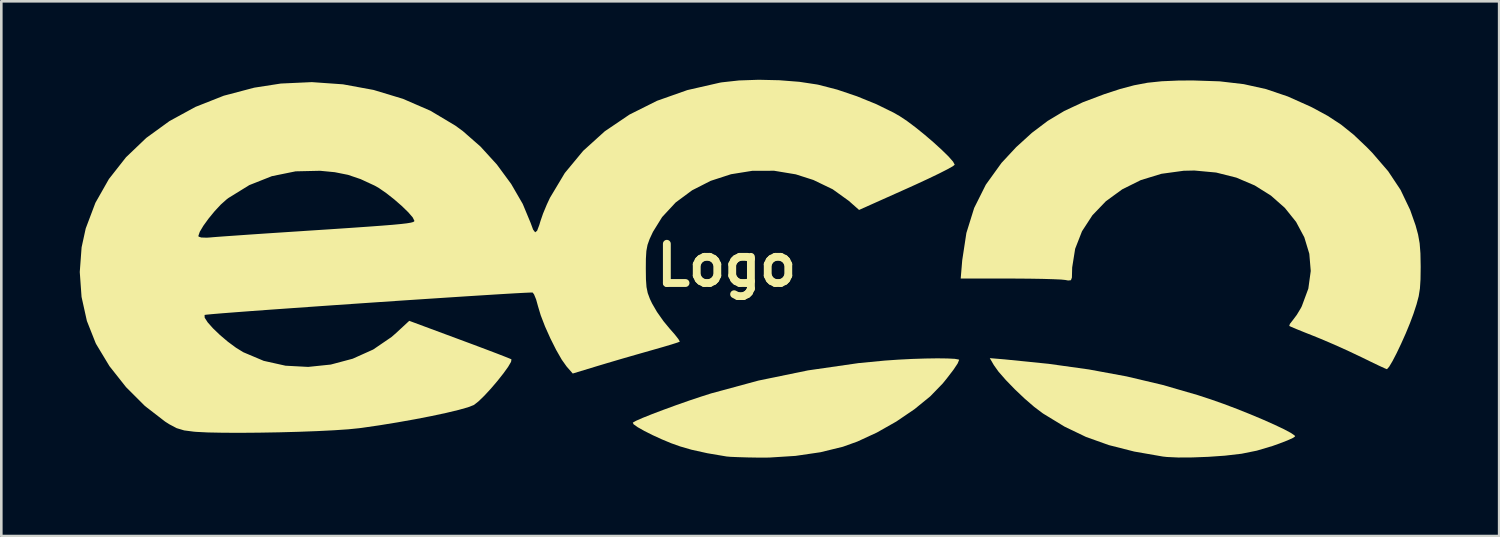
<source format=kicad_pcb>
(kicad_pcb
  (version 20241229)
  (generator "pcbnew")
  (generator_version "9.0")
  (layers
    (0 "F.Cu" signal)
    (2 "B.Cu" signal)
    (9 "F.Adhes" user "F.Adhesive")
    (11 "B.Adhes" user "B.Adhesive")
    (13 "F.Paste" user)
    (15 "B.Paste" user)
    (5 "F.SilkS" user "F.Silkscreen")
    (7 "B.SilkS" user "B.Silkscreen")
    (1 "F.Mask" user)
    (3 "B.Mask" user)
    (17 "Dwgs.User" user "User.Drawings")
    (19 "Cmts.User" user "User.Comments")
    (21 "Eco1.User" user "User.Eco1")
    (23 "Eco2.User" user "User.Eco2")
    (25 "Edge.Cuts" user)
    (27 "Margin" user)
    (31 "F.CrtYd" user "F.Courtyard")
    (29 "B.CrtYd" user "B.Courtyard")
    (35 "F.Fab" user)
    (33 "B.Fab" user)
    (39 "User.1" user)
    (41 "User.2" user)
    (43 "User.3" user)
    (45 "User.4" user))
  (footprint "Logo"
    (layer "F.Cu")
    (at 24.733 7.093)
    (property "Reference" "Logo" (at 0 0 0) (layer "F.SilkS") (effects (font (size 1.5 1.5) (thickness 0.3))))
    (attr board_only exclude_from_pos_files exclude_from_bom)
    (fp_poly (pts (xy 10.64 3.599) (xy 12.312 3.768) (xy 13.852 3.983) (xy 15.293 4.249) (xy 16.668 4.574) (xy 18.01 4.963) (xy 18.514 5.128) (xy 19.005 5.301) (xy 19.518 5.495) (xy 20.028 5.699) (xy 20.513 5.903) (xy 20.949 6.097) (xy 21.311 6.269) (xy 21.575 6.41) (xy 21.719 6.509) (xy 21.737 6.543) (xy 21.65 6.603) (xy 21.437 6.699) (xy 21.132 6.817) (xy 20.867 6.911) (xy 20.271 7.088) (xy 19.687 7.206) (xy 19.05 7.28) (xy 18.416 7.324) (xy 17.809 7.347) (xy 17.269 7.35) (xy 16.836 7.33) (xy 16.679 7.313) (xy 15.584 7.122) (xy 14.616 6.876) (xy 13.74 6.563) (xy 12.92 6.169) (xy 12.119 5.681) (xy 12.074 5.651) (xy 11.754 5.409) (xy 11.39 5.094) (xy 11.019 4.742) (xy 10.676 4.388) (xy 10.396 4.068) (xy 10.217 3.817) (xy 10.062 3.55)) (stroke (width 0) (type solid)) (fill yes) (layer "F.SilkS"))
    (fp_poly (pts (xy 8.441 3.563) (xy 8.721 3.577) (xy 8.871 3.603) (xy 8.889 3.619) (xy 8.833 3.755) (xy 8.673 3.995) (xy 8.421 4.324) (xy 8.263 4.519) (xy 7.786 5.011) (xy 7.181 5.504) (xy 6.489 5.974) (xy 5.748 6.394) (xy 4.999 6.74) (xy 4.445 6.939) (xy 3.591 7.148) (xy 2.634 7.288) (xy 1.629 7.352) (xy 1.228 7.354) (xy 0.809 7.347) (xy 0.436 7.336) (xy 0.15 7.324) (xy 0 7.311) (xy -0.734 7.187) (xy -1.343 7.052) (xy -1.778 6.926) (xy -2.115 6.806) (xy -2.476 6.656) (xy -2.832 6.493) (xy -3.151 6.332) (xy -3.404 6.189) (xy -3.559 6.078) (xy -3.588 6.016) (xy -3.462 5.945) (xy -3.204 5.832) (xy -2.844 5.688) (xy -2.41 5.524) (xy -1.932 5.349) (xy -1.439 5.176) (xy -0.959 5.016) (xy -0.593 4.899) (xy 1.215 4.409) (xy 3.11 4.019) (xy 5.039 3.741) (xy 6.045 3.644) (xy 6.567 3.608) (xy 7.095 3.581) (xy 7.601 3.565) (xy 8.059 3.558)) (stroke (width 0) (type solid)) (fill yes) (layer "F.SilkS"))
    (fp_poly (pts (xy 18.852 -7.033) (xy 19.77 -6.926) (xy 20.623 -6.737) (xy 21.458 -6.454) (xy 22.321 -6.068) (xy 22.394 -6.032) (xy 22.983 -5.713) (xy 23.494 -5.378) (xy 23.977 -4.99) (xy 24.482 -4.51) (xy 24.686 -4.301) (xy 25.294 -3.596) (xy 25.768 -2.883) (xy 26.135 -2.115) (xy 26.343 -1.524) (xy 26.438 -1.175) (xy 26.498 -0.838) (xy 26.528 -0.455) (xy 26.537 0.033) (xy 26.537 0.085) (xy 26.531 0.539) (xy 26.509 0.885) (xy 26.462 1.182) (xy 26.38 1.492) (xy 26.261 1.856) (xy 26.127 2.215) (xy 25.966 2.606) (xy 25.79 2.999) (xy 25.617 3.362) (xy 25.459 3.666) (xy 25.332 3.879) (xy 25.251 3.971) (xy 25.242 3.972) (xy 25.15 3.934) (xy 24.937 3.836) (xy 24.635 3.691) (xy 24.275 3.515) (xy 24.257 3.507) (xy 23.777 3.279) (xy 23.238 3.036) (xy 22.718 2.814) (xy 22.437 2.7) (xy 22.079 2.558) (xy 21.783 2.438) (xy 21.583 2.353) (xy 21.512 2.319) (xy 21.537 2.241) (xy 21.647 2.1) (xy 21.651 2.095) (xy 21.801 1.895) (xy 21.957 1.635) (xy 21.992 1.566) (xy 22.242 0.891) (xy 22.334 0.218) (xy 22.279 -0.44) (xy 22.088 -1.07) (xy 21.773 -1.659) (xy 21.344 -2.194) (xy 20.813 -2.663) (xy 20.191 -3.053) (xy 19.488 -3.352) (xy 18.716 -3.546) (xy 17.886 -3.623) (xy 17.476 -3.614) (xy 16.626 -3.498) (xy 15.837 -3.257) (xy 15.125 -2.903) (xy 14.503 -2.451) (xy 13.986 -1.912) (xy 13.588 -1.301) (xy 13.326 -0.631) (xy 13.212 0.085) (xy 13.208 0.24) (xy 13.202 0.47) (xy 13.164 0.571) (xy 13.059 0.582) (xy 12.943 0.561) (xy 12.782 0.545) (xy 12.481 0.532) (xy 12.068 0.52) (xy 11.572 0.512) (xy 11.023 0.508) (xy 10.815 0.508) (xy 8.95 0.508) (xy 9.008 -0.191) (xy 9.167 -1.234) (xy 9.465 -2.192) (xy 9.91 -3.081) (xy 10.51 -3.914) (xy 11.07 -4.516) (xy 11.675 -5.066) (xy 12.273 -5.518) (xy 12.908 -5.899) (xy 13.625 -6.235) (xy 14.442 -6.543) (xy 15.045 -6.74) (xy 15.578 -6.882) (xy 16.092 -6.979) (xy 16.638 -7.036) (xy 17.264 -7.063) (xy 17.822 -7.067)) (stroke (width 0) (type solid)) (fill yes) (layer "F.SilkS"))
    (fp_poly (pts (xy 2.016 -7.075) (xy 2.78 -7.015) (xy 3.456 -6.913) (xy 3.514 -6.901) (xy 4.226 -6.717) (xy 4.984 -6.461) (xy 5.726 -6.159) (xy 6.387 -5.835) (xy 6.615 -5.704) (xy 6.897 -5.517) (xy 7.226 -5.27) (xy 7.575 -4.988) (xy 7.919 -4.693) (xy 8.231 -4.408) (xy 8.487 -4.157) (xy 8.659 -3.961) (xy 8.721 -3.844) (xy 8.647 -3.785) (xy 8.439 -3.669) (xy 8.119 -3.506) (xy 7.707 -3.308) (xy 7.226 -3.085) (xy 6.892 -2.934) (xy 5.064 -2.116) (xy 4.67 -2.464) (xy 4.055 -2.906) (xy 3.318 -3.261) (xy 2.644 -3.477) (xy 1.816 -3.614) (xy 0.983 -3.612) (xy 0.167 -3.481) (xy -0.609 -3.229) (xy -1.321 -2.866) (xy -1.948 -2.402) (xy -2.466 -1.844) (xy -2.817 -1.278) (xy -2.944 -1.006) (xy -3.025 -0.78) (xy -3.069 -0.546) (xy -3.087 -0.248) (xy -3.09 0.125) (xy -3.085 0.536) (xy -3.064 0.83) (xy -3.017 1.062) (xy -2.934 1.285) (xy -2.851 1.46) (xy -2.663 1.784) (xy -2.412 2.14) (xy -2.184 2.416) (xy -1.984 2.644) (xy -1.844 2.822) (xy -1.791 2.916) (xy -1.792 2.921) (xy -1.883 2.956) (xy -2.106 3.027) (xy -2.429 3.123) (xy -2.823 3.236) (xy -2.925 3.265) (xy -3.448 3.414) (xy -4.021 3.579) (xy -4.569 3.741) (xy -4.953 3.856) (xy -5.884 4.139) (xy -6.118 3.871) (xy -6.303 3.611) (xy -6.517 3.238) (xy -6.738 2.798) (xy -6.943 2.341) (xy -7.108 1.913) (xy -7.209 1.577) (xy -7.284 1.307) (xy -7.364 1.112) (xy -7.417 1.043) (xy -7.514 1.043) (xy -7.763 1.054) (xy -8.148 1.075) (xy -8.653 1.105) (xy -9.261 1.143) (xy -9.957 1.187) (xy -10.725 1.237) (xy -11.548 1.291) (xy -12.411 1.348) (xy -13.296 1.408) (xy -14.189 1.469) (xy -15.073 1.53) (xy -15.932 1.59) (xy -16.749 1.648) (xy -17.509 1.702) (xy -18.195 1.752) (xy -18.792 1.797) (xy -19.283 1.835) (xy -19.653 1.866) (xy -19.884 1.888) (xy -19.961 1.899) (xy -19.957 2.005) (xy -19.841 2.184) (xy -19.637 2.413) (xy -19.372 2.667) (xy -19.071 2.922) (xy -18.76 3.152) (xy -18.479 3.325) (xy -17.7 3.654) (xy -16.865 3.84) (xy -16.001 3.886) (xy -15.136 3.796) (xy -14.298 3.573) (xy -13.514 3.221) (xy -12.812 2.742) (xy -12.637 2.589) (xy -12.135 2.124) (xy -10.201 2.842) (xy -9.663 3.042) (xy -9.179 3.224) (xy -8.771 3.379) (xy -8.463 3.499) (xy -8.275 3.575) (xy -8.227 3.598) (xy -8.243 3.693) (xy -8.353 3.881) (xy -8.533 4.132) (xy -8.76 4.419) (xy -9.009 4.711) (xy -9.257 4.98) (xy -9.48 5.197) (xy -9.653 5.334) (xy -9.674 5.346) (xy -9.891 5.43) (xy -10.25 5.531) (xy -10.725 5.645) (xy -11.291 5.766) (xy -11.92 5.888) (xy -12.589 6.007) (xy -13.27 6.118) (xy -13.938 6.215) (xy -14.055 6.23) (xy -14.462 6.271) (xy -15.005 6.308) (xy -15.65 6.34) (xy -16.364 6.367) (xy -17.115 6.387) (xy -17.87 6.4) (xy -18.596 6.406) (xy -19.26 6.403) (xy -19.831 6.392) (xy -20.274 6.37) (xy -20.37 6.362) (xy -20.741 6.314) (xy -21.028 6.228) (xy -21.317 6.075) (xy -21.471 5.976) (xy -22.241 5.381) (xy -22.963 4.66) (xy -23.597 3.858) (xy -24.104 3.018) (xy -24.126 2.975) (xy -24.461 2.128) (xy -24.665 1.209) (xy -24.733 0.258) (xy -24.663 -0.687) (xy -24.567 -1.127) (xy -20.197 -1.127) (xy -20.19 -1.096) (xy -20.087 -1.062) (xy -19.876 -1.055) (xy -19.746 -1.064) (xy -19.572 -1.079) (xy -19.25 -1.103) (xy -18.803 -1.134) (xy -18.25 -1.173) (xy -17.615 -1.216) (xy -16.918 -1.262) (xy -16.182 -1.31) (xy -16.129 -1.314) (xy -15.173 -1.376) (xy -14.372 -1.43) (xy -13.713 -1.476) (xy -13.183 -1.515) (xy -12.768 -1.548) (xy -12.454 -1.578) (xy -12.229 -1.604) (xy -12.078 -1.629) (xy -11.988 -1.653) (xy -11.946 -1.678) (xy -11.938 -1.699) (xy -12.002 -1.829) (xy -12.173 -2.027) (xy -12.42 -2.267) (xy -12.71 -2.52) (xy -13.013 -2.758) (xy -13.296 -2.954) (xy -13.456 -3.045) (xy -13.994 -3.294) (xy -14.478 -3.458) (xy -14.983 -3.559) (xy -15.544 -3.613) (xy -16.479 -3.592) (xy -17.388 -3.407) (xy -18.251 -3.065) (xy -19.048 -2.573) (xy -19.113 -2.524) (xy -19.339 -2.323) (xy -19.579 -2.065) (xy -19.81 -1.783) (xy -20.007 -1.511) (xy -20.144 -1.281) (xy -20.197 -1.127) (xy -24.567 -1.127) (xy -24.506 -1.406) (xy -24.135 -2.389) (xy -23.618 -3.299) (xy -22.966 -4.129) (xy -22.19 -4.87) (xy -21.301 -5.515) (xy -20.309 -6.056) (xy -19.225 -6.484) (xy -18.061 -6.791) (xy -17.044 -6.949) (xy -15.861 -7.003) (xy -14.67 -6.919) (xy -13.499 -6.704) (xy -12.375 -6.364) (xy -11.324 -5.908) (xy -10.373 -5.34) (xy -10.089 -5.133) (xy -9.412 -4.54) (xy -8.785 -3.853) (xy -8.238 -3.109) (xy -7.796 -2.346) (xy -7.495 -1.622) (xy -7.399 -1.363) (xy -7.321 -1.261) (xy -7.247 -1.319) (xy -7.163 -1.539) (xy -7.117 -1.693) (xy -7.018 -1.98) (xy -6.873 -2.328) (xy -6.754 -2.582) (xy -6.188 -3.527) (xy -5.486 -4.375) (xy -4.659 -5.123) (xy -3.713 -5.763) (xy -2.659 -6.29) (xy -1.503 -6.698) (xy -0.254 -6.983) (xy -0.183 -6.995) (xy 0.472 -7.067) (xy 1.225 -7.093)) (stroke (width 0) (type solid)) (fill yes) (layer "F.SilkS")))
  (gr_rect
    (start -3 -3)
    (end 54.271 17.447)
    (stroke (width 0.1) (type default))
    (fill no)
    (layer "Edge.Cuts")))
</source>
